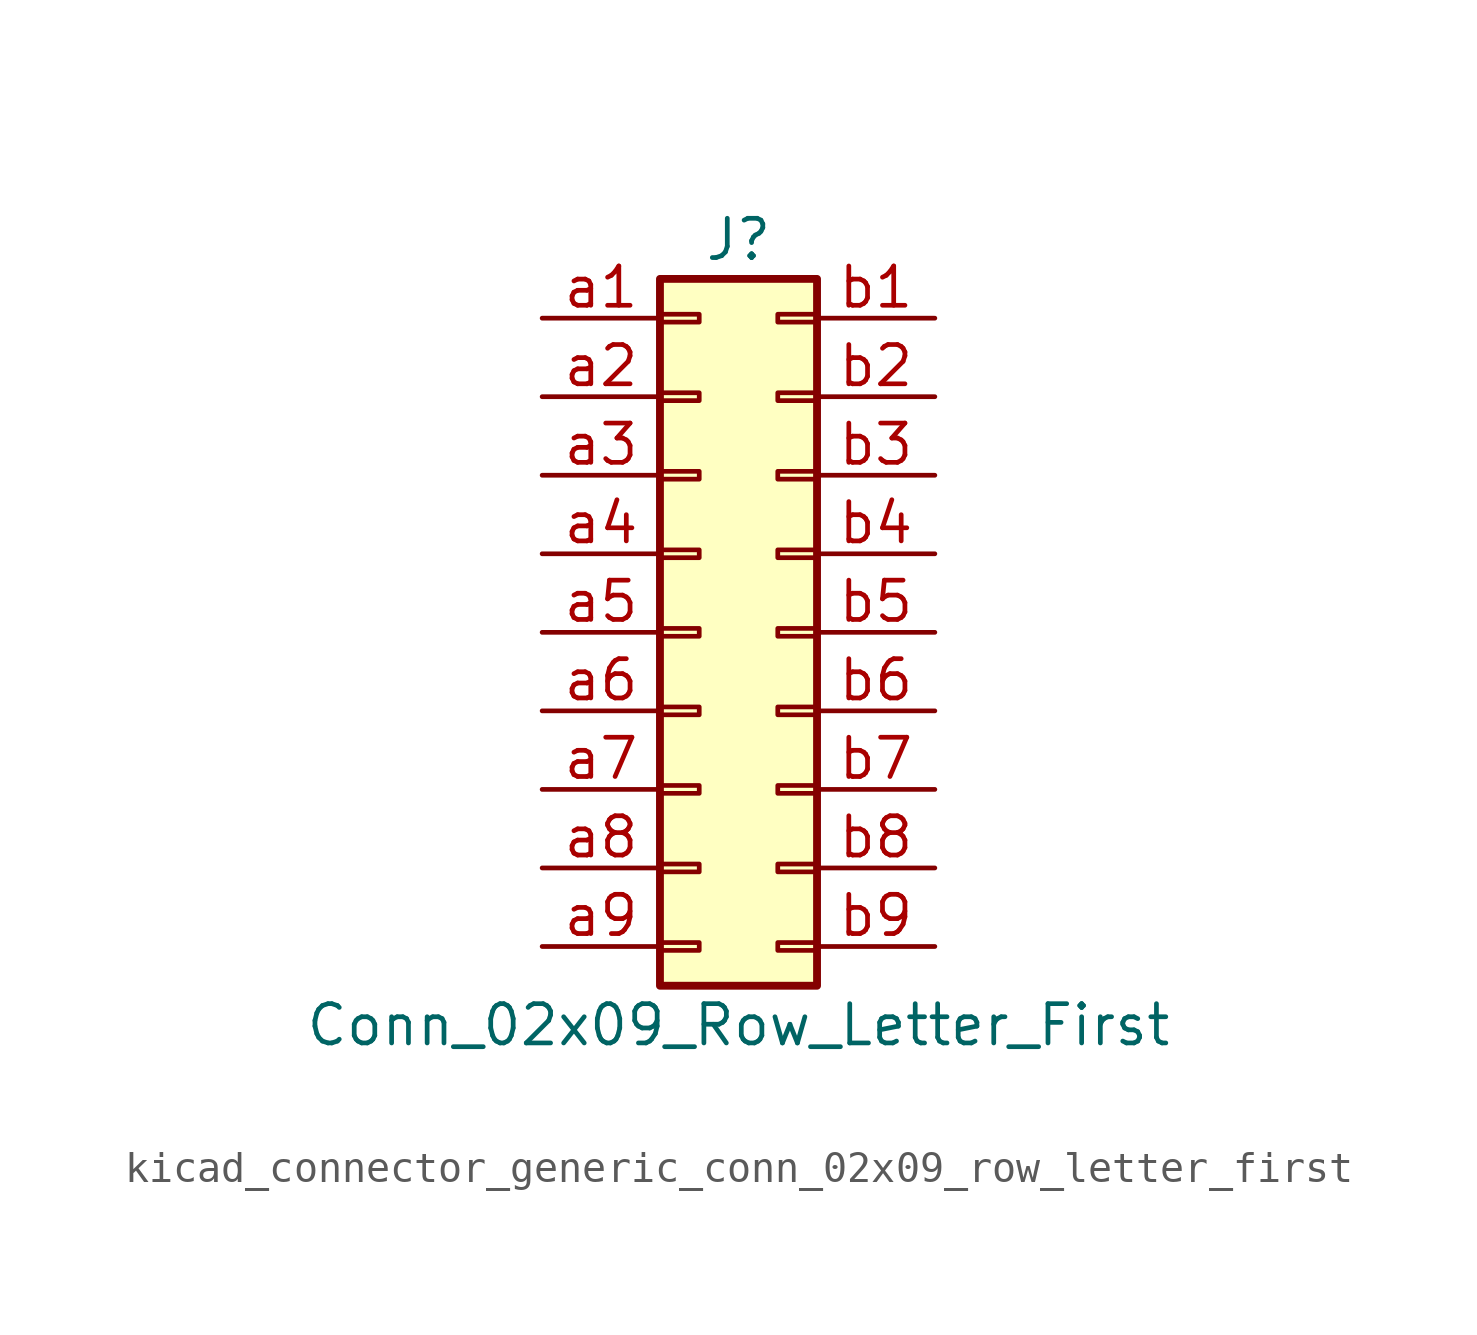
<source format=kicad_sym>
(kicad_symbol_lib
  (version 20220914)
  (generator kicad_symbol_editor)
  (symbol "kicad_connector_generic_conn_02x09_row_letter_first"
    (pin_names
      (offset 1.016) hide)
    (property "Reference" "J"
      (at 1.27 12.7 0)
      (effects (font (size 1.27 1.27))))
    (property "Value" "Conn_02x09_Row_Letter_First"
      (at 1.27 -12.7 0)
      (effects (font (size 1.27 1.27))))
    (symbol "kicad_connector_generic_conn_02x09_row_letter_first_1_1"
      (rectangle (start -1.27 -10.033) (end 0 -10.287) (stroke (width 0.152) (type default)) (fill (type none)))
      (rectangle (start -1.27 -7.493) (end 0 -7.747) (stroke (width 0.152) (type default)) (fill (type none)))
      (rectangle (start -1.27 -4.953) (end 0 -5.207) (stroke (width 0.152) (type default)) (fill (type none)))
      (rectangle (start -1.27 -2.413) (end 0 -2.667) (stroke (width 0.152) (type default)) (fill (type none)))
      (rectangle (start -1.27 0.127) (end 0 -0.127) (stroke (width 0.152) (type default)) (fill (type none)))
      (rectangle (start -1.27 2.667) (end 0 2.413) (stroke (width 0.152) (type default)) (fill (type none)))
      (rectangle (start -1.27 5.207) (end 0 4.953) (stroke (width 0.152) (type default)) (fill (type none)))
      (rectangle (start -1.27 7.747) (end 0 7.493) (stroke (width 0.152) (type default)) (fill (type none)))
      (rectangle (start -1.27 10.287) (end 0 10.033) (stroke (width 0.152) (type default)) (fill (type none)))
      (rectangle (start -1.27 11.43) (end 3.81 -11.43) (stroke (width 0.254) (type default)) (fill (type background)))
      (rectangle (start 3.81 -10.033) (end 2.54 -10.287) (stroke (width 0.152) (type default)) (fill (type none)))
      (rectangle (start 3.81 -7.493) (end 2.54 -7.747) (stroke (width 0.152) (type default)) (fill (type none)))
      (rectangle (start 3.81 -4.953) (end 2.54 -5.207) (stroke (width 0.152) (type default)) (fill (type none)))
      (rectangle (start 3.81 -2.413) (end 2.54 -2.667) (stroke (width 0.152) (type default)) (fill (type none)))
      (rectangle (start 3.81 0.127) (end 2.54 -0.127) (stroke (width 0.152) (type default)) (fill (type none)))
      (rectangle (start 3.81 2.667) (end 2.54 2.413) (stroke (width 0.152) (type default)) (fill (type none)))
      (rectangle (start 3.81 5.207) (end 2.54 4.953) (stroke (width 0.152) (type default)) (fill (type none)))
      (rectangle (start 3.81 7.747) (end 2.54 7.493) (stroke (width 0.152) (type default)) (fill (type none)))
      (rectangle (start 3.81 10.287) (end 2.54 10.033) (stroke (width 0.152) (type default)) (fill (type none)))
      (pin passive line (at -5.08 10.16 0) (length 3.81) (name "Pin_a1" (effects (font (size 1.27 1.27)))) (number "a1" (effects (font (size 1.27 1.27)))))
      (pin passive line (at -5.08 7.62 0) (length 3.81) (name "Pin_a2" (effects (font (size 1.27 1.27)))) (number "a2" (effects (font (size 1.27 1.27)))))
      (pin passive line (at -5.08 5.08 0) (length 3.81) (name "Pin_a3" (effects (font (size 1.27 1.27)))) (number "a3" (effects (font (size 1.27 1.27)))))
      (pin passive line (at -5.08 2.54 0) (length 3.81) (name "Pin_a4" (effects (font (size 1.27 1.27)))) (number "a4" (effects (font (size 1.27 1.27)))))
      (pin passive line (at -5.08 0 0) (length 3.81) (name "Pin_a5" (effects (font (size 1.27 1.27)))) (number "a5" (effects (font (size 1.27 1.27)))))
      (pin passive line (at -5.08 -2.54 0) (length 3.81) (name "Pin_a6" (effects (font (size 1.27 1.27)))) (number "a6" (effects (font (size 1.27 1.27)))))
      (pin passive line (at -5.08 -5.08 0) (length 3.81) (name "Pin_a7" (effects (font (size 1.27 1.27)))) (number "a7" (effects (font (size 1.27 1.27)))))
      (pin passive line (at -5.08 -7.62 0) (length 3.81) (name "Pin_a8" (effects (font (size 1.27 1.27)))) (number "a8" (effects (font (size 1.27 1.27)))))
      (pin passive line (at -5.08 -10.16 0) (length 3.81) (name "Pin_a9" (effects (font (size 1.27 1.27)))) (number "a9" (effects (font (size 1.27 1.27)))))
      (pin passive line (at 7.62 10.16 180) (length 3.81) (name "Pin_b1" (effects (font (size 1.27 1.27)))) (number "b1" (effects (font (size 1.27 1.27)))))
      (pin passive line (at 7.62 7.62 180) (length 3.81) (name "Pin_b2" (effects (font (size 1.27 1.27)))) (number "b2" (effects (font (size 1.27 1.27)))))
      (pin passive line (at 7.62 5.08 180) (length 3.81) (name "Pin_b3" (effects (font (size 1.27 1.27)))) (number "b3" (effects (font (size 1.27 1.27)))))
      (pin passive line (at 7.62 2.54 180) (length 3.81) (name "Pin_b4" (effects (font (size 1.27 1.27)))) (number "b4" (effects (font (size 1.27 1.27)))))
      (pin passive line (at 7.62 0 180) (length 3.81) (name "Pin_b5" (effects (font (size 1.27 1.27)))) (number "b5" (effects (font (size 1.27 1.27)))))
      (pin passive line (at 7.62 -2.54 180) (length 3.81) (name "Pin_b6" (effects (font (size 1.27 1.27)))) (number "b6" (effects (font (size 1.27 1.27)))))
      (pin passive line (at 7.62 -5.08 180) (length 3.81) (name "Pin_b7" (effects (font (size 1.27 1.27)))) (number "b7" (effects (font (size 1.27 1.27)))))
      (pin passive line (at 7.62 -7.62 180) (length 3.81) (name "Pin_b8" (effects (font (size 1.27 1.27)))) (number "b8" (effects (font (size 1.27 1.27)))))
      (pin passive line (at 7.62 -10.16 180) (length 3.81) (name "Pin_b9" (effects (font (size 1.27 1.27)))) (number "b9" (effects (font (size 1.27 1.27))))))))
</source>
